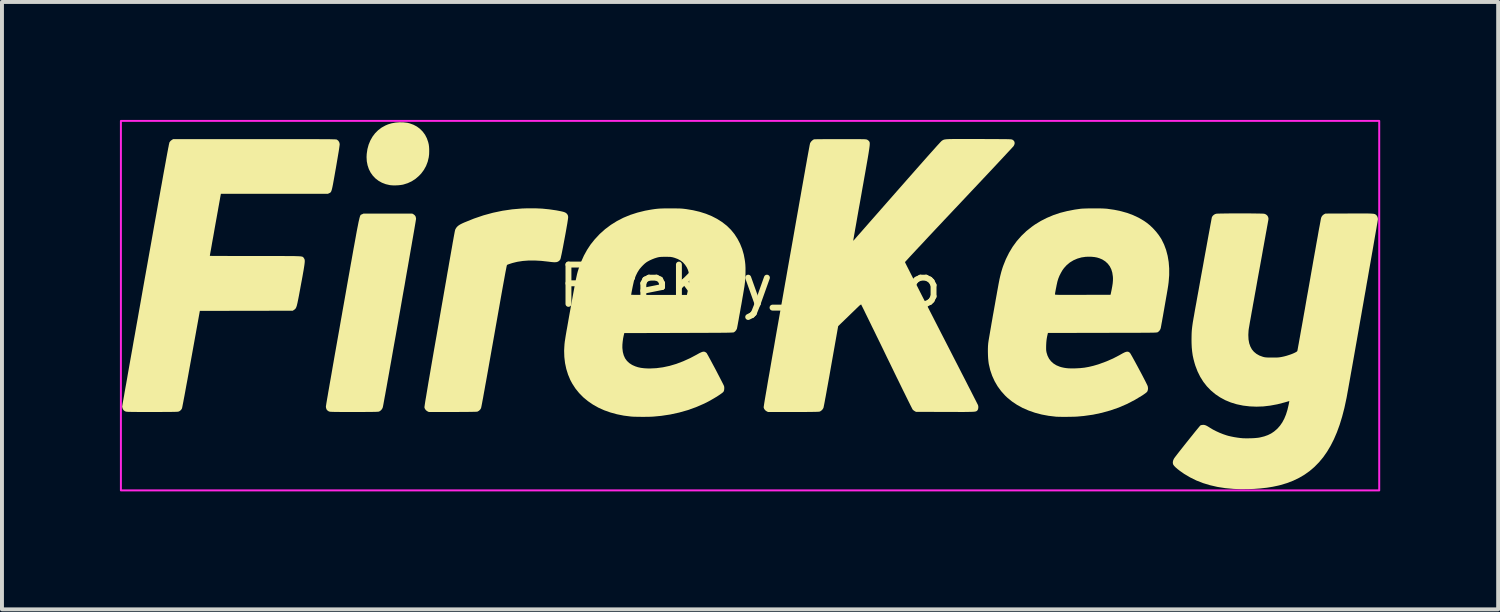
<source format=kicad_pcb>
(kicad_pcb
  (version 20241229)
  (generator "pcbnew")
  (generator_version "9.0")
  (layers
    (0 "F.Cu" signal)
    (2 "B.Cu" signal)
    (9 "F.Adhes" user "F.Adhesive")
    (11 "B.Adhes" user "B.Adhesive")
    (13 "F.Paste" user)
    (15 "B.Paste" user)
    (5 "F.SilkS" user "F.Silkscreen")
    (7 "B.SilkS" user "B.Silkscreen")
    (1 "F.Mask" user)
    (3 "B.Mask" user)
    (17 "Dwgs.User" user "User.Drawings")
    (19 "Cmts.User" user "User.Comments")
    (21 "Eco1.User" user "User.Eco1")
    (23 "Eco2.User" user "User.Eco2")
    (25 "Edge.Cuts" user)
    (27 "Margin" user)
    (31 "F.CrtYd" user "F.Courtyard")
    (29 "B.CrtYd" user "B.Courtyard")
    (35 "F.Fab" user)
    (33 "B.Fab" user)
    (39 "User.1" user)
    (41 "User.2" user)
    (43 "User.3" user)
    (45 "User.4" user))
  (footprint "FireKey_Logo"
    (layer "F.Cu")
    (at 16.027 4.724)
    (property "Reference" "FireKey_Logo" (at 0 -0.5 0) (unlocked yes) (layer "F.SilkS") (effects (font (size 1 1) (thickness 0.15))))
    (attr smd)
    (fp_poly (pts (xy -8.816 -4.662) (xy -8.719 -4.651) (xy -8.66 -4.637) (xy -8.562 -4.602) (xy -8.473 -4.555) (xy -8.394 -4.496) (xy -8.325 -4.426) (xy -8.266 -4.346) (xy -8.22 -4.256) (xy -8.186 -4.158) (xy -8.172 -4.099) (xy -8.165 -4.046) (xy -8.161 -3.984) (xy -8.161 -3.916) (xy -8.163 -3.85) (xy -8.17 -3.791) (xy -8.172 -3.775) (xy -8.199 -3.661) (xy -8.24 -3.554) (xy -8.295 -3.454) (xy -8.363 -3.362) (xy -8.421 -3.301) (xy -8.509 -3.225) (xy -8.605 -3.163) (xy -8.708 -3.115) (xy -8.817 -3.081) (xy -8.828 -3.078) (xy -8.883 -3.069) (xy -8.946 -3.062) (xy -9.013 -3.059) (xy -9.079 -3.059) (xy -9.137 -3.063) (xy -9.162 -3.066) (xy -9.267 -3.09) (xy -9.363 -3.127) (xy -9.45 -3.176) (xy -9.528 -3.236) (xy -9.595 -3.306) (xy -9.651 -3.385) (xy -9.696 -3.473) (xy -9.728 -3.569) (xy -9.748 -3.671) (xy -9.754 -3.779) (xy -9.75 -3.859) (xy -9.732 -3.982) (xy -9.701 -4.096) (xy -9.657 -4.202) (xy -9.602 -4.299) (xy -9.536 -4.386) (xy -9.459 -4.463) (xy -9.371 -4.529) (xy -9.273 -4.583) (xy -9.207 -4.611) (xy -9.117 -4.638) (xy -9.019 -4.656) (xy -8.917 -4.664)) (stroke (width 0) (type solid)) (fill yes) (layer "F.SilkS"))
    (fp_poly (pts (xy -8.558 -2.323) (xy -8.525 -2.296) (xy -8.504 -2.262) (xy -8.496 -2.218) (xy -8.495 -2.208) (xy -8.497 -2.197) (xy -8.501 -2.171) (xy -8.507 -2.132) (xy -8.516 -2.079) (xy -8.527 -2.014) (xy -8.54 -1.937) (xy -8.555 -1.85) (xy -8.572 -1.752) (xy -8.591 -1.644) (xy -8.611 -1.527) (xy -8.633 -1.403) (xy -8.656 -1.27) (xy -8.68 -1.132) (xy -8.705 -0.987) (xy -8.732 -0.837) (xy -8.759 -0.682) (xy -8.786 -0.523) (xy -8.815 -0.362) (xy -8.844 -0.198) (xy -8.873 -0.032) (xy -8.902 0.135) (xy -8.932 0.302) (xy -8.961 0.468) (xy -8.99 0.633) (xy -9.019 0.797) (xy -9.048 0.957) (xy -9.076 1.114) (xy -9.103 1.268) (xy -9.129 1.416) (xy -9.155 1.559) (xy -9.179 1.696) (xy -9.202 1.825) (xy -9.224 1.947) (xy -9.244 2.061) (xy -9.263 2.165) (xy -9.28 2.26) (xy -9.296 2.344) (xy -9.309 2.417) (xy -9.32 2.478) (xy -9.329 2.526) (xy -9.336 2.561) (xy -9.34 2.581) (xy -9.341 2.586) (xy -9.36 2.628) (xy -9.39 2.663) (xy -9.425 2.688) (xy -9.443 2.695) (xy -9.454 2.697) (xy -9.472 2.698) (xy -9.498 2.7) (xy -9.535 2.701) (xy -9.581 2.702) (xy -9.638 2.703) (xy -9.707 2.703) (xy -9.789 2.704) (xy -9.884 2.704) (xy -9.993 2.704) (xy -10.078 2.704) (xy -10.19 2.704) (xy -10.287 2.704) (xy -10.37 2.704) (xy -10.442 2.704) (xy -10.502 2.703) (xy -10.551 2.703) (xy -10.592 2.702) (xy -10.625 2.701) (xy -10.65 2.7) (xy -10.67 2.699) (xy -10.685 2.697) (xy -10.696 2.695) (xy -10.704 2.693) (xy -10.711 2.691) (xy -10.713 2.69) (xy -10.748 2.667) (xy -10.772 2.638) (xy -10.785 2.599) (xy -10.788 2.56) (xy -10.786 2.55) (xy -10.782 2.524) (xy -10.776 2.484) (xy -10.767 2.431) (xy -10.756 2.365) (xy -10.742 2.287) (xy -10.727 2.196) (xy -10.709 2.095) (xy -10.69 1.983) (xy -10.668 1.861) (xy -10.645 1.729) (xy -10.621 1.589) (xy -10.595 1.441) (xy -10.568 1.285) (xy -10.539 1.122) (xy -10.509 0.952) (xy -10.478 0.777) (xy -10.446 0.597) (xy -10.414 0.412) (xy -10.38 0.223) (xy -10.366 0.14) (xy -10.325 -0.089) (xy -10.287 -0.304) (xy -10.252 -0.504) (xy -10.219 -0.691) (xy -10.188 -0.864) (xy -10.16 -1.025) (xy -10.133 -1.173) (xy -10.109 -1.309) (xy -10.087 -1.434) (xy -10.066 -1.547) (xy -10.047 -1.651) (xy -10.03 -1.745) (xy -10.015 -1.829) (xy -10.001 -1.905) (xy -9.988 -1.972) (xy -9.976 -2.031) (xy -9.966 -2.083) (xy -9.957 -2.129) (xy -9.948 -2.167) (xy -9.94 -2.2) (xy -9.934 -2.228) (xy -9.927 -2.251) (xy -9.922 -2.269) (xy -9.916 -2.283) (xy -9.911 -2.295) (xy -9.907 -2.303) (xy -9.902 -2.309) (xy -9.897 -2.313) (xy -9.893 -2.316) (xy -9.888 -2.317) (xy -9.883 -2.319) (xy -9.877 -2.32) (xy -9.871 -2.323) (xy -9.869 -2.324) (xy -9.832 -2.342) (xy -8.593 -2.342)) (stroke (width 0) (type solid)) (fill yes) (layer "F.SilkS"))
    (fp_poly (pts (xy -5.468 -2.476) (xy -5.287 -2.468) (xy -5.109 -2.45) (xy -4.93 -2.424) (xy -4.831 -2.405) (xy -4.775 -2.393) (xy -4.731 -2.381) (xy -4.698 -2.367) (xy -4.674 -2.351) (xy -4.655 -2.332) (xy -4.648 -2.322) (xy -4.635 -2.299) (xy -4.629 -2.277) (xy -4.627 -2.248) (xy -4.627 -2.242) (xy -4.629 -2.223) (xy -4.633 -2.191) (xy -4.64 -2.147) (xy -4.648 -2.093) (xy -4.659 -2.031) (xy -4.671 -1.962) (xy -4.684 -1.887) (xy -4.698 -1.81) (xy -4.713 -1.73) (xy -4.728 -1.65) (xy -4.743 -1.571) (xy -4.757 -1.495) (xy -4.771 -1.424) (xy -4.784 -1.358) (xy -4.796 -1.3) (xy -4.807 -1.252) (xy -4.815 -1.214) (xy -4.822 -1.189) (xy -4.825 -1.178) (xy -4.852 -1.143) (xy -4.877 -1.125) (xy -4.897 -1.115) (xy -4.92 -1.108) (xy -4.948 -1.105) (xy -4.982 -1.104) (xy -5.026 -1.107) (xy -5.081 -1.113) (xy -5.136 -1.12) (xy -5.309 -1.139) (xy -5.474 -1.148) (xy -5.631 -1.148) (xy -5.778 -1.137) (xy -5.915 -1.116) (xy -5.959 -1.106) (xy -5.999 -1.096) (xy -6.042 -1.085) (xy -6.084 -1.072) (xy -6.123 -1.059) (xy -6.154 -1.048) (xy -6.175 -1.039) (xy -6.182 -1.035) (xy -6.184 -1.03) (xy -6.187 -1.018) (xy -6.192 -0.998) (xy -6.198 -0.969) (xy -6.205 -0.932) (xy -6.214 -0.886) (xy -6.225 -0.83) (xy -6.237 -0.764) (xy -6.251 -0.687) (xy -6.267 -0.6) (xy -6.285 -0.501) (xy -6.305 -0.39) (xy -6.327 -0.267) (xy -6.351 -0.131) (xy -6.377 0.017) (xy -6.406 0.18) (xy -6.437 0.356) (xy -6.471 0.547) (xy -6.507 0.753) (xy -6.511 0.775) (xy -6.544 0.961) (xy -6.576 1.14) (xy -6.606 1.311) (xy -6.635 1.474) (xy -6.662 1.628) (xy -6.688 1.773) (xy -6.712 1.908) (xy -6.735 2.032) (xy -6.755 2.146) (xy -6.774 2.249) (xy -6.79 2.34) (xy -6.805 2.418) (xy -6.817 2.484) (xy -6.827 2.536) (xy -6.835 2.574) (xy -6.84 2.598) (xy -6.842 2.607) (xy -6.864 2.643) (xy -6.895 2.673) (xy -6.929 2.693) (xy -6.931 2.694) (xy -6.94 2.696) (xy -6.959 2.698) (xy -6.988 2.699) (xy -7.027 2.7) (xy -7.077 2.701) (xy -7.139 2.702) (xy -7.214 2.703) (xy -7.302 2.703) (xy -7.404 2.704) (xy -7.52 2.704) (xy -7.564 2.704) (xy -8.172 2.704) (xy -8.207 2.687) (xy -8.244 2.66) (xy -8.27 2.624) (xy -8.282 2.589) (xy -8.282 2.581) (xy -8.28 2.564) (xy -8.276 2.538) (xy -8.271 2.502) (xy -8.264 2.456) (xy -8.255 2.399) (xy -8.243 2.331) (xy -8.23 2.252) (xy -8.215 2.162) (xy -8.198 2.06) (xy -8.179 1.945) (xy -8.157 1.819) (xy -8.133 1.679) (xy -8.107 1.526) (xy -8.078 1.359) (xy -8.047 1.179) (xy -8.013 0.984) (xy -7.976 0.775) (xy -7.937 0.55) (xy -7.926 0.487) (xy -7.887 0.259) (xy -7.85 0.046) (xy -7.815 -0.153) (xy -7.783 -0.338) (xy -7.753 -0.51) (xy -7.725 -0.669) (xy -7.7 -0.816) (xy -7.676 -0.95) (xy -7.655 -1.074) (xy -7.635 -1.187) (xy -7.617 -1.289) (xy -7.601 -1.381) (xy -7.586 -1.465) (xy -7.573 -1.539) (xy -7.562 -1.605) (xy -7.551 -1.664) (xy -7.542 -1.715) (xy -7.534 -1.759) (xy -7.527 -1.797) (xy -7.521 -1.829) (xy -7.516 -1.856) (xy -7.512 -1.878) (xy -7.508 -1.896) (xy -7.505 -1.91) (xy -7.502 -1.921) (xy -7.5 -1.929) (xy -7.498 -1.935) (xy -7.497 -1.939) (xy -7.495 -1.942) (xy -7.494 -1.944) (xy -7.493 -1.946) (xy -7.491 -1.948) (xy -7.489 -1.952) (xy -7.489 -1.953) (xy -7.47 -1.984) (xy -7.447 -2.011) (xy -7.417 -2.037) (xy -7.377 -2.063) (xy -7.327 -2.089) (xy -7.263 -2.118) (xy -7.262 -2.118) (xy -7.022 -2.215) (xy -6.781 -2.297) (xy -6.539 -2.363) (xy -6.295 -2.414) (xy -6.049 -2.45) (xy -5.801 -2.471) (xy -5.657 -2.476)) (stroke (width 0) (type solid)) (fill yes) (layer "F.SilkS"))
    (fp_poly (pts (xy -12.39 -4.236) (xy -12.193 -4.236) (xy -12.009 -4.236) (xy -11.84 -4.236) (xy -11.684 -4.236) (xy -11.541 -4.236) (xy -11.41 -4.236) (xy -11.291 -4.235) (xy -11.183 -4.235) (xy -11.085 -4.235) (xy -10.998 -4.235) (xy -10.92 -4.234) (xy -10.851 -4.234) (xy -10.79 -4.234) (xy -10.737 -4.233) (xy -10.691 -4.233) (xy -10.652 -4.232) (xy -10.619 -4.231) (xy -10.592 -4.231) (xy -10.57 -4.23) (xy -10.552 -4.229) (xy -10.538 -4.228) (xy -10.527 -4.227) (xy -10.52 -4.226) (xy -10.514 -4.225) (xy -10.51 -4.223) (xy -10.508 -4.222) (xy -10.473 -4.195) (xy -10.449 -4.157) (xy -10.438 -4.114) (xy -10.438 -4.113) (xy -10.438 -4.098) (xy -10.441 -4.072) (xy -10.446 -4.034) (xy -10.453 -3.984) (xy -10.463 -3.92) (xy -10.476 -3.844) (xy -10.491 -3.754) (xy -10.509 -3.649) (xy -10.529 -3.53) (xy -10.533 -3.507) (xy -10.553 -3.396) (xy -10.57 -3.298) (xy -10.585 -3.214) (xy -10.598 -3.143) (xy -10.609 -3.082) (xy -10.619 -3.032) (xy -10.628 -2.991) (xy -10.636 -2.958) (xy -10.644 -2.932) (xy -10.651 -2.911) (xy -10.659 -2.896) (xy -10.666 -2.885) (xy -10.675 -2.877) (xy -10.684 -2.871) (xy -10.694 -2.865) (xy -10.703 -2.861) (xy -10.737 -2.845) (xy -13.459 -2.845) (xy -13.463 -2.823) (xy -13.465 -2.812) (xy -13.47 -2.786) (xy -13.477 -2.748) (xy -13.485 -2.699) (xy -13.496 -2.64) (xy -13.508 -2.572) (xy -13.522 -2.496) (xy -13.536 -2.414) (xy -13.552 -2.327) (xy -13.568 -2.237) (xy -13.585 -2.143) (xy -13.602 -2.049) (xy -13.619 -1.954) (xy -13.635 -1.861) (xy -13.651 -1.77) (xy -13.667 -1.683) (xy -13.682 -1.6) (xy -13.695 -1.524) (xy -13.707 -1.456) (xy -13.718 -1.396) (xy -13.727 -1.346) (xy -13.734 -1.307) (xy -13.738 -1.28) (xy -13.74 -1.268) (xy -13.74 -1.267) (xy -13.733 -1.266) (xy -13.71 -1.266) (xy -13.674 -1.265) (xy -13.625 -1.265) (xy -13.563 -1.265) (xy -13.491 -1.264) (xy -13.408 -1.264) (xy -13.315 -1.264) (xy -13.213 -1.263) (xy -13.104 -1.263) (xy -12.987 -1.263) (xy -12.865 -1.263) (xy -12.737 -1.263) (xy -12.604 -1.263) (xy -12.582 -1.263) (xy -12.423 -1.263) (xy -12.278 -1.263) (xy -12.147 -1.263) (xy -12.03 -1.263) (xy -11.925 -1.263) (xy -11.833 -1.262) (xy -11.751 -1.262) (xy -11.68 -1.261) (xy -11.618 -1.261) (xy -11.565 -1.26) (xy -11.521 -1.258) (xy -11.483 -1.257) (xy -11.453 -1.255) (xy -11.428 -1.253) (xy -11.409 -1.25) (xy -11.394 -1.247) (xy -11.382 -1.243) (xy -11.374 -1.239) (xy -11.368 -1.235) (xy -11.363 -1.23) (xy -11.359 -1.224) (xy -11.355 -1.218) (xy -11.35 -1.211) (xy -11.349 -1.21) (xy -11.342 -1.199) (xy -11.336 -1.189) (xy -11.331 -1.177) (xy -11.328 -1.162) (xy -11.326 -1.144) (xy -11.326 -1.121) (xy -11.328 -1.093) (xy -11.332 -1.057) (xy -11.338 -1.014) (xy -11.346 -0.962) (xy -11.356 -0.9) (xy -11.369 -0.827) (xy -11.384 -0.741) (xy -11.402 -0.643) (xy -11.422 -0.538) (xy -11.442 -0.428) (xy -11.46 -0.332) (xy -11.475 -0.25) (xy -11.489 -0.179) (xy -11.501 -0.12) (xy -11.511 -0.071) (xy -11.521 -0.03) (xy -11.529 0.003) (xy -11.538 0.029) (xy -11.546 0.049) (xy -11.554 0.065) (xy -11.563 0.077) (xy -11.572 0.087) (xy -11.582 0.096) (xy -11.594 0.104) (xy -11.596 0.105) (xy -11.63 0.129) (xy -12.812 0.131) (xy -13.994 0.133) (xy -14.215 1.358) (xy -14.24 1.495) (xy -14.264 1.627) (xy -14.287 1.755) (xy -14.309 1.877) (xy -14.331 1.993) (xy -14.351 2.102) (xy -14.369 2.202) (xy -14.386 2.294) (xy -14.402 2.376) (xy -14.415 2.447) (xy -14.427 2.507) (xy -14.436 2.555) (xy -14.443 2.589) (xy -14.448 2.61) (xy -14.449 2.615) (xy -14.473 2.652) (xy -14.507 2.681) (xy -14.542 2.696) (xy -14.555 2.698) (xy -14.585 2.699) (xy -14.629 2.701) (xy -14.688 2.702) (xy -14.762 2.703) (xy -14.851 2.703) (xy -14.953 2.704) (xy -15.069 2.704) (xy -15.199 2.704) (xy -15.214 2.704) (xy -15.329 2.704) (xy -15.43 2.704) (xy -15.517 2.704) (xy -15.592 2.704) (xy -15.655 2.703) (xy -15.708 2.703) (xy -15.752 2.702) (xy -15.787 2.702) (xy -15.815 2.701) (xy -15.837 2.699) (xy -15.854 2.698) (xy -15.866 2.696) (xy -15.875 2.694) (xy -15.883 2.692) (xy -15.888 2.69) (xy -15.91 2.677) (xy -15.929 2.664) (xy -15.932 2.66) (xy -15.949 2.635) (xy -15.962 2.603) (xy -15.969 2.572) (xy -15.97 2.566) (xy -15.968 2.556) (xy -15.964 2.532) (xy -15.958 2.494) (xy -15.949 2.442) (xy -15.937 2.376) (xy -15.923 2.298) (xy -15.908 2.207) (xy -15.89 2.105) (xy -15.869 1.991) (xy -15.847 1.866) (xy -15.824 1.731) (xy -15.798 1.585) (xy -15.771 1.431) (xy -15.742 1.268) (xy -15.711 1.096) (xy -15.68 0.916) (xy -15.646 0.729) (xy -15.612 0.535) (xy -15.576 0.335) (xy -15.54 0.129) (xy -15.502 -0.083) (xy -15.464 -0.299) (xy -15.425 -0.52) (xy -15.385 -0.745) (xy -15.377 -0.788) (xy -15.327 -1.068) (xy -15.28 -1.333) (xy -15.235 -1.583) (xy -15.193 -1.82) (xy -15.154 -2.042) (xy -15.116 -2.251) (xy -15.081 -2.446) (xy -15.049 -2.629) (xy -15.018 -2.799) (xy -14.99 -2.957) (xy -14.963 -3.104) (xy -14.939 -3.239) (xy -14.917 -3.363) (xy -14.896 -3.477) (xy -14.877 -3.58) (xy -14.86 -3.673) (xy -14.845 -3.757) (xy -14.831 -3.832) (xy -14.819 -3.898) (xy -14.808 -3.955) (xy -14.799 -4.005) (xy -14.79 -4.046) (xy -14.784 -4.081) (xy -14.778 -4.108) (xy -14.773 -4.129) (xy -14.77 -4.143) (xy -14.767 -4.152) (xy -14.767 -4.154) (xy -14.741 -4.189) (xy -14.711 -4.212) (xy -14.673 -4.236) (xy -12.603 -4.236)) (stroke (width 0) (type solid)) (fill yes) (layer "F.SilkS"))
    (fp_poly (pts (xy 8.85 -2.474) (xy 8.92 -2.473) (xy 8.982 -2.471) (xy 9.035 -2.468) (xy 9.076 -2.465) (xy 9.084 -2.464) (xy 9.265 -2.438) (xy 9.435 -2.402) (xy 9.593 -2.358) (xy 9.74 -2.303) (xy 9.878 -2.239) (xy 10.007 -2.164) (xy 10.093 -2.105) (xy 10.171 -2.042) (xy 10.249 -1.967) (xy 10.323 -1.886) (xy 10.391 -1.8) (xy 10.448 -1.715) (xy 10.465 -1.687) (xy 10.53 -1.555) (xy 10.582 -1.415) (xy 10.621 -1.266) (xy 10.647 -1.111) (xy 10.66 -0.947) (xy 10.66 -0.777) (xy 10.646 -0.6) (xy 10.634 -0.507) (xy 10.63 -0.482) (xy 10.624 -0.444) (xy 10.616 -0.396) (xy 10.606 -0.338) (xy 10.595 -0.273) (xy 10.582 -0.201) (xy 10.569 -0.125) (xy 10.555 -0.046) (xy 10.541 0.035) (xy 10.527 0.115) (xy 10.513 0.194) (xy 10.5 0.27) (xy 10.487 0.34) (xy 10.476 0.405) (xy 10.465 0.461) (xy 10.457 0.508) (xy 10.45 0.545) (xy 10.446 0.568) (xy 10.444 0.576) (xy 10.427 0.616) (xy 10.401 0.65) (xy 10.37 0.674) (xy 10.368 0.675) (xy 10.364 0.677) (xy 10.359 0.679) (xy 10.353 0.68) (xy 10.344 0.681) (xy 10.332 0.683) (xy 10.317 0.684) (xy 10.297 0.685) (xy 10.272 0.686) (xy 10.242 0.687) (xy 10.205 0.687) (xy 10.161 0.688) (xy 10.109 0.688) (xy 10.049 0.689) (xy 9.979 0.689) (xy 9.9 0.69) (xy 9.81 0.69) (xy 9.709 0.69) (xy 9.596 0.691) (xy 9.471 0.691) (xy 9.332 0.691) (xy 9.179 0.691) (xy 9.011 0.692) (xy 8.957 0.692) (xy 7.576 0.694) (xy 7.572 0.711) (xy 7.557 0.775) (xy 7.547 0.829) (xy 7.54 0.878) (xy 7.535 0.929) (xy 7.532 0.985) (xy 7.531 1.003) (xy 7.53 1.056) (xy 7.53 1.097) (xy 7.531 1.131) (xy 7.535 1.16) (xy 7.54 1.188) (xy 7.54 1.19) (xy 7.566 1.274) (xy 7.604 1.349) (xy 7.655 1.415) (xy 7.717 1.471) (xy 7.791 1.517) (xy 7.875 1.552) (xy 7.922 1.566) (xy 7.981 1.579) (xy 8.038 1.588) (xy 8.098 1.594) (xy 8.164 1.596) (xy 8.241 1.596) (xy 8.273 1.595) (xy 8.393 1.589) (xy 8.506 1.577) (xy 8.617 1.557) (xy 8.731 1.53) (xy 8.851 1.495) (xy 8.883 1.484) (xy 9.06 1.419) (xy 9.232 1.344) (xy 9.394 1.26) (xy 9.428 1.24) (xy 9.484 1.209) (xy 9.529 1.187) (xy 9.566 1.174) (xy 9.597 1.17) (xy 9.622 1.174) (xy 9.645 1.187) (xy 9.662 1.202) (xy 9.671 1.214) (xy 9.686 1.239) (xy 9.706 1.274) (xy 9.731 1.318) (xy 9.76 1.371) (xy 9.792 1.429) (xy 9.826 1.492) (xy 9.862 1.558) (xy 9.898 1.626) (xy 9.934 1.693) (xy 9.969 1.759) (xy 10.002 1.823) (xy 10.032 1.881) (xy 10.059 1.933) (xy 10.081 1.978) (xy 10.099 2.014) (xy 10.11 2.039) (xy 10.114 2.049) (xy 10.122 2.1) (xy 10.117 2.147) (xy 10.101 2.187) (xy 10.086 2.203) (xy 10.058 2.226) (xy 10.019 2.254) (xy 9.978 2.282) (xy 9.785 2.398) (xy 9.586 2.501) (xy 9.38 2.59) (xy 9.167 2.664) (xy 8.948 2.725) (xy 8.722 2.773) (xy 8.488 2.806) (xy 8.322 2.821) (xy 8.286 2.823) (xy 8.238 2.825) (xy 8.182 2.826) (xy 8.121 2.827) (xy 8.057 2.828) (xy 7.993 2.828) (xy 7.931 2.828) (xy 7.876 2.827) (xy 7.829 2.826) (xy 7.794 2.825) (xy 7.782 2.824) (xy 7.595 2.802) (xy 7.417 2.769) (xy 7.247 2.724) (xy 7.086 2.668) (xy 6.934 2.602) (xy 6.793 2.525) (xy 6.663 2.438) (xy 6.544 2.341) (xy 6.488 2.288) (xy 6.386 2.174) (xy 6.297 2.053) (xy 6.221 1.923) (xy 6.158 1.785) (xy 6.108 1.639) (xy 6.072 1.485) (xy 6.07 1.473) (xy 6.062 1.412) (xy 6.055 1.339) (xy 6.051 1.259) (xy 6.049 1.177) (xy 6.049 1.095) (xy 6.052 1.018) (xy 6.058 0.95) (xy 6.059 0.943) (xy 6.062 0.922) (xy 6.067 0.887) (xy 6.075 0.84) (xy 6.085 0.781) (xy 6.097 0.712) (xy 6.11 0.635) (xy 6.125 0.55) (xy 6.14 0.46) (xy 6.157 0.365) (xy 6.174 0.266) (xy 6.192 0.166) (xy 6.21 0.065) (xy 6.228 -0.035) (xy 6.245 -0.133) (xy 6.262 -0.227) (xy 6.273 -0.287) (xy 7.755 -0.287) (xy 7.755 -0.285) (xy 7.757 -0.283) (xy 7.761 -0.281) (xy 7.769 -0.279) (xy 7.781 -0.278) (xy 7.798 -0.277) (xy 7.821 -0.276) (xy 7.851 -0.275) (xy 7.889 -0.274) (xy 7.937 -0.274) (xy 7.994 -0.274) (xy 8.062 -0.274) (xy 8.142 -0.274) (xy 8.235 -0.274) (xy 8.341 -0.274) (xy 8.462 -0.275) (xy 8.462 -0.275) (xy 9.169 -0.277) (xy 9.194 -0.397) (xy 9.211 -0.487) (xy 9.223 -0.565) (xy 9.229 -0.635) (xy 9.23 -0.7) (xy 9.227 -0.745) (xy 9.213 -0.839) (xy 9.187 -0.925) (xy 9.148 -1.002) (xy 9.097 -1.069) (xy 9.035 -1.126) (xy 8.963 -1.172) (xy 8.944 -1.181) (xy 8.884 -1.206) (xy 8.825 -1.224) (xy 8.762 -1.236) (xy 8.69 -1.243) (xy 8.658 -1.245) (xy 8.541 -1.243) (xy 8.43 -1.227) (xy 8.325 -1.197) (xy 8.226 -1.154) (xy 8.135 -1.099) (xy 8.053 -1.031) (xy 7.985 -0.956) (xy 7.945 -0.901) (xy 7.907 -0.835) (xy 7.871 -0.765) (xy 7.842 -0.694) (xy 7.822 -0.631) (xy 7.814 -0.601) (xy 7.806 -0.563) (xy 7.796 -0.518) (xy 7.787 -0.47) (xy 7.777 -0.422) (xy 7.769 -0.378) (xy 7.762 -0.339) (xy 7.757 -0.308) (xy 7.755 -0.29) (xy 7.755 -0.287) (xy 6.273 -0.287) (xy 6.278 -0.317) (xy 6.293 -0.4) (xy 6.307 -0.476) (xy 6.319 -0.543) (xy 6.33 -0.6) (xy 6.339 -0.645) (xy 6.341 -0.659) (xy 6.363 -0.755) (xy 6.389 -0.857) (xy 6.419 -0.956) (xy 6.437 -1.009) (xy 6.506 -1.182) (xy 6.587 -1.345) (xy 6.679 -1.498) (xy 6.783 -1.641) (xy 6.899 -1.773) (xy 7.026 -1.895) (xy 7.165 -2.006) (xy 7.244 -2.062) (xy 7.394 -2.154) (xy 7.55 -2.233) (xy 7.713 -2.302) (xy 7.884 -2.36) (xy 8.066 -2.406) (xy 8.257 -2.443) (xy 8.413 -2.465) (xy 8.451 -2.468) (xy 8.502 -2.47) (xy 8.563 -2.472) (xy 8.631 -2.474) (xy 8.703 -2.474) (xy 8.777 -2.474)) (stroke (width 0) (type solid)) (fill yes) (layer "F.SilkS"))
    (fp_poly (pts (xy -1.943 -2.474) (xy -1.88 -2.473) (xy -1.827 -2.472) (xy -1.783 -2.471) (xy -1.744 -2.469) (xy -1.708 -2.466) (xy -1.672 -2.462) (xy -1.634 -2.457) (xy -1.631 -2.457) (xy -1.45 -2.427) (xy -1.28 -2.387) (xy -1.122 -2.337) (xy -0.975 -2.277) (xy -0.839 -2.207) (xy -0.713 -2.127) (xy -0.597 -2.037) (xy -0.586 -2.027) (xy -0.486 -1.929) (xy -0.397 -1.82) (xy -0.32 -1.701) (xy -0.254 -1.574) (xy -0.2 -1.439) (xy -0.16 -1.299) (xy -0.137 -1.178) (xy -0.129 -1.126) (xy -0.124 -1.082) (xy -0.12 -1.043) (xy -0.118 -1.003) (xy -0.116 -0.959) (xy -0.116 -0.906) (xy -0.116 -0.863) (xy -0.117 -0.771) (xy -0.121 -0.688) (xy -0.128 -0.609) (xy -0.138 -0.528) (xy -0.145 -0.479) (xy -0.152 -0.439) (xy -0.16 -0.389) (xy -0.17 -0.33) (xy -0.181 -0.263) (xy -0.194 -0.191) (xy -0.207 -0.114) (xy -0.221 -0.034) (xy -0.236 0.046) (xy -0.25 0.127) (xy -0.264 0.206) (xy -0.278 0.281) (xy -0.29 0.352) (xy -0.302 0.416) (xy -0.312 0.472) (xy -0.321 0.519) (xy -0.328 0.556) (xy -0.333 0.579) (xy -0.335 0.589) (xy -0.354 0.624) (xy -0.38 0.655) (xy -0.408 0.676) (xy -0.411 0.678) (xy -0.417 0.679) (xy -0.424 0.681) (xy -0.434 0.682) (xy -0.448 0.683) (xy -0.466 0.684) (xy -0.489 0.685) (xy -0.518 0.686) (xy -0.553 0.687) (xy -0.595 0.688) (xy -0.644 0.688) (xy -0.702 0.689) (xy -0.769 0.69) (xy -0.846 0.69) (xy -0.933 0.691) (xy -1.031 0.691) (xy -1.141 0.692) (xy -1.263 0.692) (xy -1.399 0.692) (xy -1.548 0.693) (xy -1.712 0.693) (xy -1.816 0.694) (xy -3.199 0.698) (xy -3.213 0.756) (xy -3.229 0.834) (xy -3.24 0.915) (xy -3.247 0.993) (xy -3.248 1.064) (xy -3.247 1.083) (xy -3.236 1.179) (xy -3.213 1.264) (xy -3.179 1.339) (xy -3.132 1.404) (xy -3.074 1.459) (xy -3.004 1.505) (xy -2.984 1.515) (xy -2.918 1.544) (xy -2.85 1.566) (xy -2.776 1.582) (xy -2.695 1.592) (xy -2.604 1.597) (xy -2.549 1.598) (xy -2.384 1.59) (xy -2.217 1.568) (xy -2.048 1.532) (xy -1.876 1.481) (xy -1.702 1.415) (xy -1.523 1.334) (xy -1.342 1.238) (xy -1.335 1.233) (xy -1.283 1.205) (xy -1.242 1.186) (xy -1.209 1.174) (xy -1.182 1.17) (xy -1.159 1.172) (xy -1.141 1.179) (xy -1.121 1.192) (xy -1.105 1.205) (xy -1.098 1.216) (xy -1.085 1.24) (xy -1.065 1.274) (xy -1.042 1.317) (xy -1.014 1.368) (xy -0.983 1.426) (xy -0.95 1.488) (xy -0.915 1.553) (xy -0.879 1.62) (xy -0.844 1.687) (xy -0.81 1.753) (xy -0.777 1.816) (xy -0.747 1.875) (xy -0.72 1.927) (xy -0.697 1.972) (xy -0.679 2.008) (xy -0.667 2.034) (xy -0.661 2.047) (xy -0.661 2.048) (xy -0.656 2.084) (xy -0.657 2.123) (xy -0.663 2.159) (xy -0.674 2.186) (xy -0.675 2.188) (xy -0.692 2.206) (xy -0.721 2.229) (xy -0.76 2.257) (xy -0.808 2.289) (xy -0.862 2.323) (xy -0.92 2.358) (xy -0.981 2.393) (xy -1.042 2.428) (xy -1.103 2.46) (xy -1.16 2.488) (xy -1.166 2.491) (xy -1.373 2.581) (xy -1.585 2.657) (xy -1.804 2.719) (xy -2.029 2.768) (xy -2.261 2.803) (xy -2.451 2.821) (xy -2.497 2.824) (xy -2.553 2.826) (xy -2.618 2.827) (xy -2.687 2.828) (xy -2.758 2.828) (xy -2.828 2.827) (xy -2.894 2.826) (xy -2.953 2.825) (xy -3.001 2.822) (xy -3.028 2.82) (xy -3.212 2.797) (xy -3.387 2.762) (xy -3.554 2.716) (xy -3.712 2.66) (xy -3.86 2.593) (xy -3.998 2.515) (xy -4.126 2.427) (xy -4.243 2.33) (xy -4.348 2.223) (xy -4.441 2.108) (xy -4.522 1.983) (xy -4.572 1.89) (xy -4.629 1.754) (xy -4.674 1.61) (xy -4.706 1.46) (xy -4.724 1.305) (xy -4.729 1.148) (xy -4.724 1.044) (xy -4.722 1.02) (xy -4.721 0.997) (xy -4.719 0.976) (xy -4.717 0.953) (xy -4.714 0.93) (xy -4.711 0.904) (xy -4.706 0.875) (xy -4.701 0.842) (xy -4.695 0.803) (xy -4.688 0.758) (xy -4.679 0.706) (xy -4.669 0.646) (xy -4.656 0.576) (xy -4.642 0.496) (xy -4.626 0.405) (xy -4.608 0.302) (xy -4.587 0.185) (xy -4.563 0.054) (xy -4.56 0.035) (xy -4.536 -0.096) (xy -4.515 -0.213) (xy -4.503 -0.277) (xy -3.024 -0.277) (xy -3.016 -0.276) (xy -2.994 -0.276) (xy -2.959 -0.275) (xy -2.911 -0.275) (xy -2.852 -0.274) (xy -2.783 -0.274) (xy -2.705 -0.274) (xy -2.619 -0.273) (xy -2.526 -0.273) (xy -2.427 -0.273) (xy -2.324 -0.273) (xy -2.316 -0.273) (xy -1.607 -0.273) (xy -1.603 -0.29) (xy -1.6 -0.304) (xy -1.595 -0.329) (xy -1.587 -0.364) (xy -1.579 -0.405) (xy -1.573 -0.433) (xy -1.563 -0.484) (xy -1.556 -0.526) (xy -1.552 -0.563) (xy -1.549 -0.6) (xy -1.548 -0.644) (xy -1.548 -0.678) (xy -1.55 -0.751) (xy -1.556 -0.812) (xy -1.566 -0.865) (xy -1.582 -0.913) (xy -1.604 -0.961) (xy -1.61 -0.974) (xy -1.655 -1.042) (xy -1.706 -1.1) (xy -1.767 -1.147) (xy -1.838 -1.186) (xy -1.921 -1.217) (xy -1.949 -1.225) (xy -1.975 -1.232) (xy -2 -1.236) (xy -2.025 -1.24) (xy -2.056 -1.241) (xy -2.096 -1.242) (xy -2.146 -1.242) (xy -2.155 -1.242) (xy -2.208 -1.242) (xy -2.248 -1.241) (xy -2.28 -1.239) (xy -2.308 -1.236) (xy -2.334 -1.231) (xy -2.363 -1.224) (xy -2.373 -1.221) (xy -2.43 -1.203) (xy -2.491 -1.179) (xy -2.551 -1.152) (xy -2.604 -1.123) (xy -2.632 -1.106) (xy -2.675 -1.073) (xy -2.721 -1.03) (xy -2.765 -0.984) (xy -2.804 -0.938) (xy -2.821 -0.915) (xy -2.863 -0.848) (xy -2.901 -0.772) (xy -2.933 -0.694) (xy -2.949 -0.645) (xy -2.955 -0.624) (xy -2.962 -0.591) (xy -2.971 -0.551) (xy -2.981 -0.506) (xy -2.991 -0.458) (xy -3 -0.411) (xy -3.009 -0.366) (xy -3.016 -0.328) (xy -3.021 -0.298) (xy -3.024 -0.28) (xy -3.024 -0.277) (xy -4.503 -0.277) (xy -4.496 -0.317) (xy -4.479 -0.409) (xy -4.464 -0.489) (xy -4.451 -0.56) (xy -4.439 -0.621) (xy -4.428 -0.675) (xy -4.418 -0.722) (xy -4.409 -0.763) (xy -4.401 -0.8) (xy -4.392 -0.833) (xy -4.384 -0.864) (xy -4.375 -0.893) (xy -4.366 -0.921) (xy -4.357 -0.95) (xy -4.296 -1.117) (xy -4.226 -1.273) (xy -4.146 -1.418) (xy -4.056 -1.555) (xy -3.953 -1.684) (xy -3.838 -1.808) (xy -3.818 -1.828) (xy -3.684 -1.948) (xy -3.539 -2.056) (xy -3.385 -2.152) (xy -3.222 -2.236) (xy -3.048 -2.308) (xy -2.864 -2.367) (xy -2.671 -2.415) (xy -2.545 -2.438) (xy -2.484 -2.448) (xy -2.429 -2.456) (xy -2.379 -2.462) (xy -2.329 -2.467) (xy -2.277 -2.47) (xy -2.221 -2.472) (xy -2.156 -2.474) (xy -2.081 -2.474) (xy -2.019 -2.474)) (stroke (width 0) (type solid)) (fill yes) (layer "F.SilkS"))
    (fp_poly (pts (xy 12.547 -2.346) (xy 12.632 -2.346) (xy 12.715 -2.346) (xy 12.792 -2.345) (xy 12.864 -2.344) (xy 12.928 -2.343) (xy 12.983 -2.342) (xy 13.028 -2.341) (xy 13.06 -2.339) (xy 13.078 -2.337) (xy 13.079 -2.337) (xy 13.12 -2.321) (xy 13.153 -2.294) (xy 13.175 -2.259) (xy 13.185 -2.219) (xy 13.183 -2.188) (xy 13.182 -2.178) (xy 13.177 -2.153) (xy 13.17 -2.114) (xy 13.161 -2.063) (xy 13.149 -1.999) (xy 13.136 -1.924) (xy 13.12 -1.839) (xy 13.103 -1.743) (xy 13.084 -1.639) (xy 13.064 -1.527) (xy 13.042 -1.407) (xy 13.02 -1.281) (xy 12.996 -1.149) (xy 12.971 -1.011) (xy 12.945 -0.87) (xy 12.937 -0.826) (xy 12.911 -0.683) (xy 12.886 -0.543) (xy 12.862 -0.407) (xy 12.838 -0.277) (xy 12.816 -0.152) (xy 12.794 -0.034) (xy 12.775 0.076) (xy 12.756 0.178) (xy 12.74 0.271) (xy 12.725 0.354) (xy 12.712 0.425) (xy 12.702 0.485) (xy 12.694 0.533) (xy 12.688 0.566) (xy 12.685 0.586) (xy 12.684 0.588) (xy 12.679 0.631) (xy 12.676 0.681) (xy 12.673 0.732) (xy 12.673 0.757) (xy 12.678 0.861) (xy 12.695 0.955) (xy 12.724 1.038) (xy 12.763 1.111) (xy 12.815 1.173) (xy 12.878 1.225) (xy 12.953 1.268) (xy 13.04 1.3) (xy 13.051 1.303) (xy 13.074 1.309) (xy 13.096 1.313) (xy 13.121 1.316) (xy 13.15 1.318) (xy 13.187 1.32) (xy 13.235 1.32) (xy 13.277 1.32) (xy 13.336 1.32) (xy 13.383 1.32) (xy 13.421 1.318) (xy 13.454 1.315) (xy 13.485 1.311) (xy 13.517 1.305) (xy 13.529 1.303) (xy 13.588 1.29) (xy 13.648 1.274) (xy 13.707 1.255) (xy 13.763 1.236) (xy 13.813 1.216) (xy 13.856 1.196) (xy 13.89 1.178) (xy 13.912 1.162) (xy 13.919 1.152) (xy 13.921 1.143) (xy 13.926 1.119) (xy 13.933 1.081) (xy 13.942 1.03) (xy 13.954 0.966) (xy 13.967 0.891) (xy 13.983 0.804) (xy 14 0.707) (xy 14.019 0.6) (xy 14.04 0.485) (xy 14.062 0.361) (xy 14.085 0.229) (xy 14.11 0.091) (xy 14.135 -0.054) (xy 14.161 -0.204) (xy 14.189 -0.358) (xy 14.217 -0.517) (xy 14.22 -0.534) (xy 14.248 -0.693) (xy 14.275 -0.849) (xy 14.302 -1) (xy 14.327 -1.145) (xy 14.352 -1.285) (xy 14.376 -1.418) (xy 14.398 -1.544) (xy 14.419 -1.661) (xy 14.439 -1.77) (xy 14.456 -1.869) (xy 14.472 -1.958) (xy 14.487 -2.035) (xy 14.499 -2.101) (xy 14.509 -2.155) (xy 14.516 -2.195) (xy 14.522 -2.222) (xy 14.524 -2.234) (xy 14.524 -2.234) (xy 14.545 -2.276) (xy 14.572 -2.306) (xy 14.6 -2.325) (xy 14.633 -2.342) (xy 15.229 -2.344) (xy 15.344 -2.345) (xy 15.445 -2.345) (xy 15.532 -2.345) (xy 15.606 -2.345) (xy 15.669 -2.345) (xy 15.723 -2.344) (xy 15.766 -2.343) (xy 15.802 -2.341) (xy 15.831 -2.339) (xy 15.854 -2.337) (xy 15.871 -2.334) (xy 15.885 -2.33) (xy 15.897 -2.326) (xy 15.906 -2.32) (xy 15.915 -2.315) (xy 15.917 -2.313) (xy 15.941 -2.288) (xy 15.959 -2.254) (xy 15.968 -2.216) (xy 15.969 -2.201) (xy 15.968 -2.191) (xy 15.964 -2.167) (xy 15.958 -2.129) (xy 15.949 -2.077) (xy 15.938 -2.014) (xy 15.925 -1.938) (xy 15.91 -1.852) (xy 15.893 -1.755) (xy 15.875 -1.649) (xy 15.855 -1.534) (xy 15.834 -1.411) (xy 15.811 -1.281) (xy 15.787 -1.144) (xy 15.762 -1.001) (xy 15.736 -0.853) (xy 15.71 -0.701) (xy 15.682 -0.546) (xy 15.655 -0.387) (xy 15.626 -0.226) (xy 15.598 -0.064) (xy 15.569 0.099) (xy 15.541 0.261) (xy 15.512 0.424) (xy 15.484 0.584) (xy 15.456 0.742) (xy 15.429 0.898) (xy 15.402 1.049) (xy 15.376 1.197) (xy 15.351 1.339) (xy 15.327 1.475) (xy 15.304 1.604) (xy 15.282 1.726) (xy 15.262 1.84) (xy 15.243 1.946) (xy 15.226 2.041) (xy 15.211 2.127) (xy 15.197 2.201) (xy 15.186 2.263) (xy 15.177 2.314) (xy 15.17 2.35) (xy 15.166 2.369) (xy 15.116 2.603) (xy 15.059 2.822) (xy 14.996 3.028) (xy 14.926 3.22) (xy 14.849 3.399) (xy 14.765 3.564) (xy 14.674 3.717) (xy 14.575 3.858) (xy 14.468 3.986) (xy 14.354 4.102) (xy 14.231 4.207) (xy 14.1 4.3) (xy 13.96 4.382) (xy 13.812 4.453) (xy 13.655 4.513) (xy 13.488 4.563) (xy 13.44 4.575) (xy 13.299 4.605) (xy 13.147 4.63) (xy 12.985 4.648) (xy 12.817 4.661) (xy 12.647 4.667) (xy 12.476 4.668) (xy 12.309 4.661) (xy 12.292 4.66) (xy 12.085 4.641) (xy 11.887 4.61) (xy 11.7 4.567) (xy 11.521 4.513) (xy 11.352 4.447) (xy 11.192 4.368) (xy 11.04 4.278) (xy 10.933 4.203) (xy 10.871 4.155) (xy 10.823 4.113) (xy 10.788 4.077) (xy 10.765 4.046) (xy 10.756 4.024) (xy 10.752 3.981) (xy 10.761 3.936) (xy 10.781 3.892) (xy 10.789 3.88) (xy 10.808 3.853) (xy 10.835 3.818) (xy 10.868 3.775) (xy 10.906 3.726) (xy 10.949 3.671) (xy 10.995 3.613) (xy 11.043 3.552) (xy 11.093 3.489) (xy 11.144 3.426) (xy 11.193 3.364) (xy 11.242 3.304) (xy 11.287 3.247) (xy 11.329 3.195) (xy 11.367 3.149) (xy 11.4 3.109) (xy 11.425 3.078) (xy 11.444 3.057) (xy 11.454 3.046) (xy 11.455 3.045) (xy 11.484 3.036) (xy 11.521 3.032) (xy 11.523 3.032) (xy 11.548 3.033) (xy 11.574 3.039) (xy 11.602 3.05) (xy 11.636 3.068) (xy 11.677 3.093) (xy 11.704 3.11) (xy 11.774 3.152) (xy 11.856 3.194) (xy 11.944 3.234) (xy 12.035 3.27) (xy 12.124 3.3) (xy 12.166 3.312) (xy 12.236 3.328) (xy 12.315 3.344) (xy 12.397 3.357) (xy 12.476 3.367) (xy 12.531 3.372) (xy 12.595 3.374) (xy 12.665 3.374) (xy 12.737 3.373) (xy 12.807 3.37) (xy 12.872 3.365) (xy 12.929 3.359) (xy 12.973 3.351) (xy 13.078 3.325) (xy 13.17 3.292) (xy 13.253 3.251) (xy 13.328 3.201) (xy 13.398 3.141) (xy 13.414 3.126) (xy 13.479 3.052) (xy 13.537 2.968) (xy 13.587 2.874) (xy 13.631 2.768) (xy 13.668 2.649) (xy 13.699 2.517) (xy 13.712 2.45) (xy 13.716 2.426) (xy 13.602 2.459) (xy 13.414 2.508) (xy 13.231 2.542) (xy 13.054 2.563) (xy 12.88 2.569) (xy 12.709 2.562) (xy 12.54 2.542) (xy 12.536 2.541) (xy 12.377 2.508) (xy 12.227 2.462) (xy 12.086 2.404) (xy 11.955 2.333) (xy 11.833 2.251) (xy 11.721 2.157) (xy 11.619 2.052) (xy 11.529 1.937) (xy 11.45 1.811) (xy 11.382 1.674) (xy 11.326 1.528) (xy 11.306 1.463) (xy 11.279 1.362) (xy 11.258 1.265) (xy 11.244 1.167) (xy 11.234 1.065) (xy 11.229 0.955) (xy 11.228 0.869) (xy 11.229 0.778) (xy 11.231 0.697) (xy 11.236 0.621) (xy 11.244 0.546) (xy 11.255 0.466) (xy 11.262 0.417) (xy 11.266 0.396) (xy 11.272 0.361) (xy 11.28 0.313) (xy 11.291 0.254) (xy 11.303 0.183) (xy 11.317 0.103) (xy 11.333 0.015) (xy 11.351 -0.082) (xy 11.369 -0.185) (xy 11.389 -0.295) (xy 11.41 -0.409) (xy 11.431 -0.527) (xy 11.453 -0.649) (xy 11.475 -0.772) (xy 11.498 -0.897) (xy 11.521 -1.021) (xy 11.543 -1.145) (xy 11.565 -1.267) (xy 11.587 -1.386) (xy 11.608 -1.501) (xy 11.628 -1.612) (xy 11.647 -1.717) (xy 11.665 -1.815) (xy 11.682 -1.906) (xy 11.697 -1.988) (xy 11.71 -2.061) (xy 11.722 -2.123) (xy 11.731 -2.173) (xy 11.738 -2.211) (xy 11.743 -2.236) (xy 11.745 -2.246) (xy 11.762 -2.278) (xy 11.79 -2.306) (xy 11.825 -2.328) (xy 11.854 -2.337) (xy 11.87 -2.339) (xy 11.9 -2.341) (xy 11.942 -2.342) (xy 11.996 -2.343) (xy 12.059 -2.344) (xy 12.129 -2.345) (xy 12.207 -2.346) (xy 12.288 -2.346) (xy 12.373 -2.346) (xy 12.46 -2.346)) (stroke (width 0) (type solid)) (fill yes) (layer "F.SilkS"))
    (fp_poly (pts (xy 5.451 -4.239) (xy 5.557 -4.239) (xy 5.676 -4.238) (xy 5.809 -4.238) (xy 5.819 -4.238) (xy 5.95 -4.238) (xy 6.067 -4.237) (xy 6.17 -4.237) (xy 6.26 -4.237) (xy 6.338 -4.236) (xy 6.405 -4.236) (xy 6.461 -4.235) (xy 6.509 -4.235) (xy 6.548 -4.234) (xy 6.58 -4.233) (xy 6.606 -4.232) (xy 6.625 -4.231) (xy 6.641 -4.229) (xy 6.652 -4.228) (xy 6.66 -4.226) (xy 6.667 -4.224) (xy 6.672 -4.221) (xy 6.675 -4.22) (xy 6.707 -4.196) (xy 6.725 -4.166) (xy 6.73 -4.13) (xy 6.72 -4.091) (xy 6.703 -4.059) (xy 6.696 -4.05) (xy 6.678 -4.031) (xy 6.651 -4.001) (xy 6.615 -3.962) (xy 6.569 -3.913) (xy 6.515 -3.855) (xy 6.453 -3.788) (xy 6.384 -3.714) (xy 6.308 -3.633) (xy 6.225 -3.544) (xy 6.136 -3.449) (xy 6.041 -3.348) (xy 5.941 -3.242) (xy 5.836 -3.13) (xy 5.727 -3.014) (xy 5.614 -2.895) (xy 5.498 -2.771) (xy 5.379 -2.645) (xy 5.311 -2.572) (xy 5.19 -2.445) (xy 5.073 -2.32) (xy 4.958 -2.199) (xy 4.848 -2.081) (xy 4.741 -1.968) (xy 4.64 -1.86) (xy 4.543 -1.757) (xy 4.452 -1.659) (xy 4.367 -1.568) (xy 4.288 -1.484) (xy 4.216 -1.407) (xy 4.151 -1.337) (xy 4.094 -1.276) (xy 4.046 -1.224) (xy 4.006 -1.18) (xy 3.975 -1.146) (xy 3.953 -1.123) (xy 3.942 -1.109) (xy 3.94 -1.107) (xy 3.944 -1.099) (xy 3.954 -1.077) (xy 3.971 -1.043) (xy 3.994 -0.997) (xy 4.023 -0.94) (xy 4.058 -0.871) (xy 4.098 -0.792) (xy 4.143 -0.704) (xy 4.193 -0.606) (xy 4.248 -0.499) (xy 4.306 -0.384) (xy 4.368 -0.262) (xy 4.434 -0.133) (xy 4.504 0.002) (xy 4.576 0.143) (xy 4.651 0.289) (xy 4.728 0.44) (xy 4.807 0.594) (xy 4.864 0.706) (xy 4.945 0.863) (xy 5.024 1.017) (xy 5.101 1.167) (xy 5.175 1.312) (xy 5.247 1.452) (xy 5.316 1.586) (xy 5.381 1.714) (xy 5.443 1.834) (xy 5.501 1.947) (xy 5.554 2.052) (xy 5.604 2.148) (xy 5.648 2.235) (xy 5.687 2.312) (xy 5.721 2.378) (xy 5.749 2.433) (xy 5.771 2.477) (xy 5.787 2.508) (xy 5.796 2.526) (xy 5.798 2.531) (xy 5.805 2.562) (xy 5.805 2.597) (xy 5.799 2.631) (xy 5.787 2.657) (xy 5.783 2.661) (xy 5.777 2.669) (xy 5.77 2.675) (xy 5.764 2.68) (xy 5.755 2.685) (xy 5.744 2.689) (xy 5.73 2.693) (xy 5.712 2.696) (xy 5.688 2.698) (xy 5.658 2.7) (xy 5.62 2.701) (xy 5.575 2.702) (xy 5.521 2.703) (xy 5.456 2.704) (xy 5.381 2.704) (xy 5.293 2.704) (xy 5.193 2.703) (xy 5.079 2.703) (xy 4.961 2.703) (xy 4.22 2.701) (xy 4.189 2.684) (xy 4.164 2.668) (xy 4.142 2.649) (xy 4.137 2.645) (xy 4.132 2.636) (xy 4.12 2.613) (xy 4.102 2.578) (xy 4.078 2.531) (xy 4.049 2.472) (xy 4.015 2.404) (xy 3.976 2.325) (xy 3.933 2.237) (xy 3.885 2.141) (xy 3.834 2.036) (xy 3.78 1.925) (xy 3.722 1.808) (xy 3.662 1.684) (xy 3.6 1.556) (xy 3.536 1.424) (xy 3.471 1.292) (xy 3.406 1.156) (xy 3.342 1.024) (xy 3.28 0.897) (xy 3.22 0.775) (xy 3.164 0.659) (xy 3.11 0.55) (xy 3.06 0.447) (xy 3.014 0.353) (xy 2.972 0.267) (xy 2.934 0.19) (xy 2.902 0.123) (xy 2.874 0.067) (xy 2.852 0.023) (xy 2.835 -0.01) (xy 2.825 -0.03) (xy 2.821 -0.037) (xy 2.821 -0.037) (xy 2.814 -0.031) (xy 2.798 -0.016) (xy 2.772 0.008) (xy 2.739 0.04) (xy 2.698 0.079) (xy 2.652 0.124) (xy 2.601 0.173) (xy 2.546 0.226) (xy 2.529 0.243) (xy 2.241 0.521) (xy 2.06 1.544) (xy 2.038 1.669) (xy 2.017 1.79) (xy 1.996 1.906) (xy 1.976 2.016) (xy 1.957 2.12) (xy 1.94 2.216) (xy 1.924 2.304) (xy 1.909 2.382) (xy 1.897 2.449) (xy 1.886 2.506) (xy 1.877 2.55) (xy 1.871 2.581) (xy 1.867 2.598) (xy 1.866 2.601) (xy 1.847 2.634) (xy 1.818 2.665) (xy 1.785 2.688) (xy 1.764 2.696) (xy 1.749 2.698) (xy 1.719 2.699) (xy 1.674 2.701) (xy 1.613 2.702) (xy 1.537 2.703) (xy 1.445 2.704) (xy 1.337 2.704) (xy 1.214 2.704) (xy 1.095 2.704) (xy 0.455 2.704) (xy 0.421 2.687) (xy 0.384 2.66) (xy 0.358 2.624) (xy 0.346 2.589) (xy 0.346 2.582) (xy 0.348 2.566) (xy 0.352 2.541) (xy 0.357 2.506) (xy 0.364 2.461) (xy 0.373 2.406) (xy 0.384 2.341) (xy 0.397 2.265) (xy 0.412 2.178) (xy 0.429 2.08) (xy 0.447 1.971) (xy 0.468 1.849) (xy 0.492 1.716) (xy 0.517 1.57) (xy 0.544 1.412) (xy 0.574 1.241) (xy 0.607 1.057) (xy 0.641 0.859) (xy 0.678 0.648) (xy 0.718 0.423) (xy 0.76 0.184) (xy 0.805 -0.07) (xy 0.852 -0.339) (xy 0.902 -0.623) (xy 0.908 -0.654) (xy 0.956 -0.93) (xy 1.002 -1.19) (xy 1.046 -1.436) (xy 1.087 -1.668) (xy 1.125 -1.886) (xy 1.161 -2.091) (xy 1.195 -2.283) (xy 1.227 -2.462) (xy 1.256 -2.63) (xy 1.284 -2.786) (xy 1.309 -2.93) (xy 1.333 -3.064) (xy 1.355 -3.188) (xy 1.375 -3.302) (xy 1.394 -3.406) (xy 1.41 -3.501) (xy 1.426 -3.588) (xy 1.44 -3.666) (xy 1.452 -3.737) (xy 1.464 -3.8) (xy 1.474 -3.856) (xy 1.483 -3.905) (xy 1.491 -3.948) (xy 1.498 -3.986) (xy 1.504 -4.018) (xy 1.509 -4.045) (xy 1.513 -4.068) (xy 1.517 -4.087) (xy 1.52 -4.102) (xy 1.523 -4.114) (xy 1.525 -4.123) (xy 1.526 -4.13) (xy 1.528 -4.134) (xy 1.529 -4.137) (xy 1.53 -4.139) (xy 1.531 -4.14) (xy 1.532 -4.141) (xy 1.533 -4.142) (xy 1.534 -4.144) (xy 1.535 -4.146) (xy 1.554 -4.175) (xy 1.581 -4.201) (xy 1.609 -4.222) (xy 1.627 -4.23) (xy 1.638 -4.231) (xy 1.663 -4.232) (xy 1.702 -4.233) (xy 1.752 -4.233) (xy 1.814 -4.234) (xy 1.885 -4.235) (xy 1.964 -4.235) (xy 2.051 -4.235) (xy 2.143 -4.236) (xy 2.241 -4.236) (xy 2.299 -4.236) (xy 2.415 -4.236) (xy 2.517 -4.236) (xy 2.605 -4.236) (xy 2.68 -4.236) (xy 2.744 -4.235) (xy 2.798 -4.235) (xy 2.842 -4.234) (xy 2.877 -4.233) (xy 2.906 -4.233) (xy 2.928 -4.231) (xy 2.944 -4.23) (xy 2.957 -4.228) (xy 2.966 -4.226) (xy 2.973 -4.224) (xy 2.979 -4.221) (xy 2.979 -4.221) (xy 3.003 -4.205) (xy 3.024 -4.186) (xy 3.026 -4.182) (xy 3.031 -4.176) (xy 3.035 -4.169) (xy 3.038 -4.162) (xy 3.041 -4.153) (xy 3.043 -4.143) (xy 3.044 -4.129) (xy 3.044 -4.112) (xy 3.043 -4.091) (xy 3.041 -4.064) (xy 3.037 -4.032) (xy 3.032 -3.994) (xy 3.025 -3.949) (xy 3.017 -3.895) (xy 3.007 -3.833) (xy 2.995 -3.762) (xy 2.981 -3.681) (xy 2.965 -3.59) (xy 2.947 -3.487) (xy 2.927 -3.372) (xy 2.904 -3.244) (xy 2.879 -3.102) (xy 2.851 -2.946) (xy 2.835 -2.853) (xy 2.811 -2.718) (xy 2.788 -2.588) (xy 2.765 -2.463) (xy 2.744 -2.344) (xy 2.724 -2.231) (xy 2.706 -2.126) (xy 2.689 -2.03) (xy 2.673 -1.942) (xy 2.66 -1.864) (xy 2.648 -1.798) (xy 2.639 -1.743) (xy 2.631 -1.7) (xy 2.627 -1.67) (xy 2.624 -1.655) (xy 2.624 -1.653) (xy 2.629 -1.653) (xy 2.634 -1.659) (xy 2.65 -1.676) (xy 2.674 -1.704) (xy 2.707 -1.742) (xy 2.749 -1.79) (xy 2.799 -1.846) (xy 2.856 -1.911) (xy 2.92 -1.984) (xy 2.991 -2.065) (xy 3.067 -2.152) (xy 3.15 -2.246) (xy 3.237 -2.345) (xy 3.329 -2.45) (xy 3.425 -2.559) (xy 3.525 -2.673) (xy 3.628 -2.79) (xy 3.734 -2.911) (xy 3.737 -2.914) (xy 3.877 -3.073) (xy 4.007 -3.221) (xy 4.127 -3.357) (xy 4.237 -3.482) (xy 4.338 -3.596) (xy 4.43 -3.7) (xy 4.512 -3.793) (xy 4.586 -3.876) (xy 4.651 -3.948) (xy 4.707 -4.011) (xy 4.755 -4.065) (xy 4.795 -4.108) (xy 4.827 -4.143) (xy 4.851 -4.169) (xy 4.868 -4.185) (xy 4.877 -4.194) (xy 4.878 -4.194) (xy 4.889 -4.201) (xy 4.899 -4.208) (xy 4.909 -4.213) (xy 4.92 -4.218) (xy 4.933 -4.223) (xy 4.948 -4.226) (xy 4.967 -4.229) (xy 4.991 -4.232) (xy 5.019 -4.234) (xy 5.055 -4.236) (xy 5.097 -4.237) (xy 5.148 -4.238) (xy 5.208 -4.239) (xy 5.278 -4.239) (xy 5.358 -4.239)) (stroke (width 0) (type solid)) (fill yes) (layer "F.SilkS"))
    (fp_rect (start -16.002 4.699) (end 16.002 -4.699) (stroke (width 0.05) (type solid)) (fill no) (layer "F.CrtYd")))
  (gr_rect
    (start -3 -3)
    (end 35.054 12.448)
    (stroke (width 0.1) (type default))
    (fill no)
    (layer "Edge.Cuts")))
</source>
